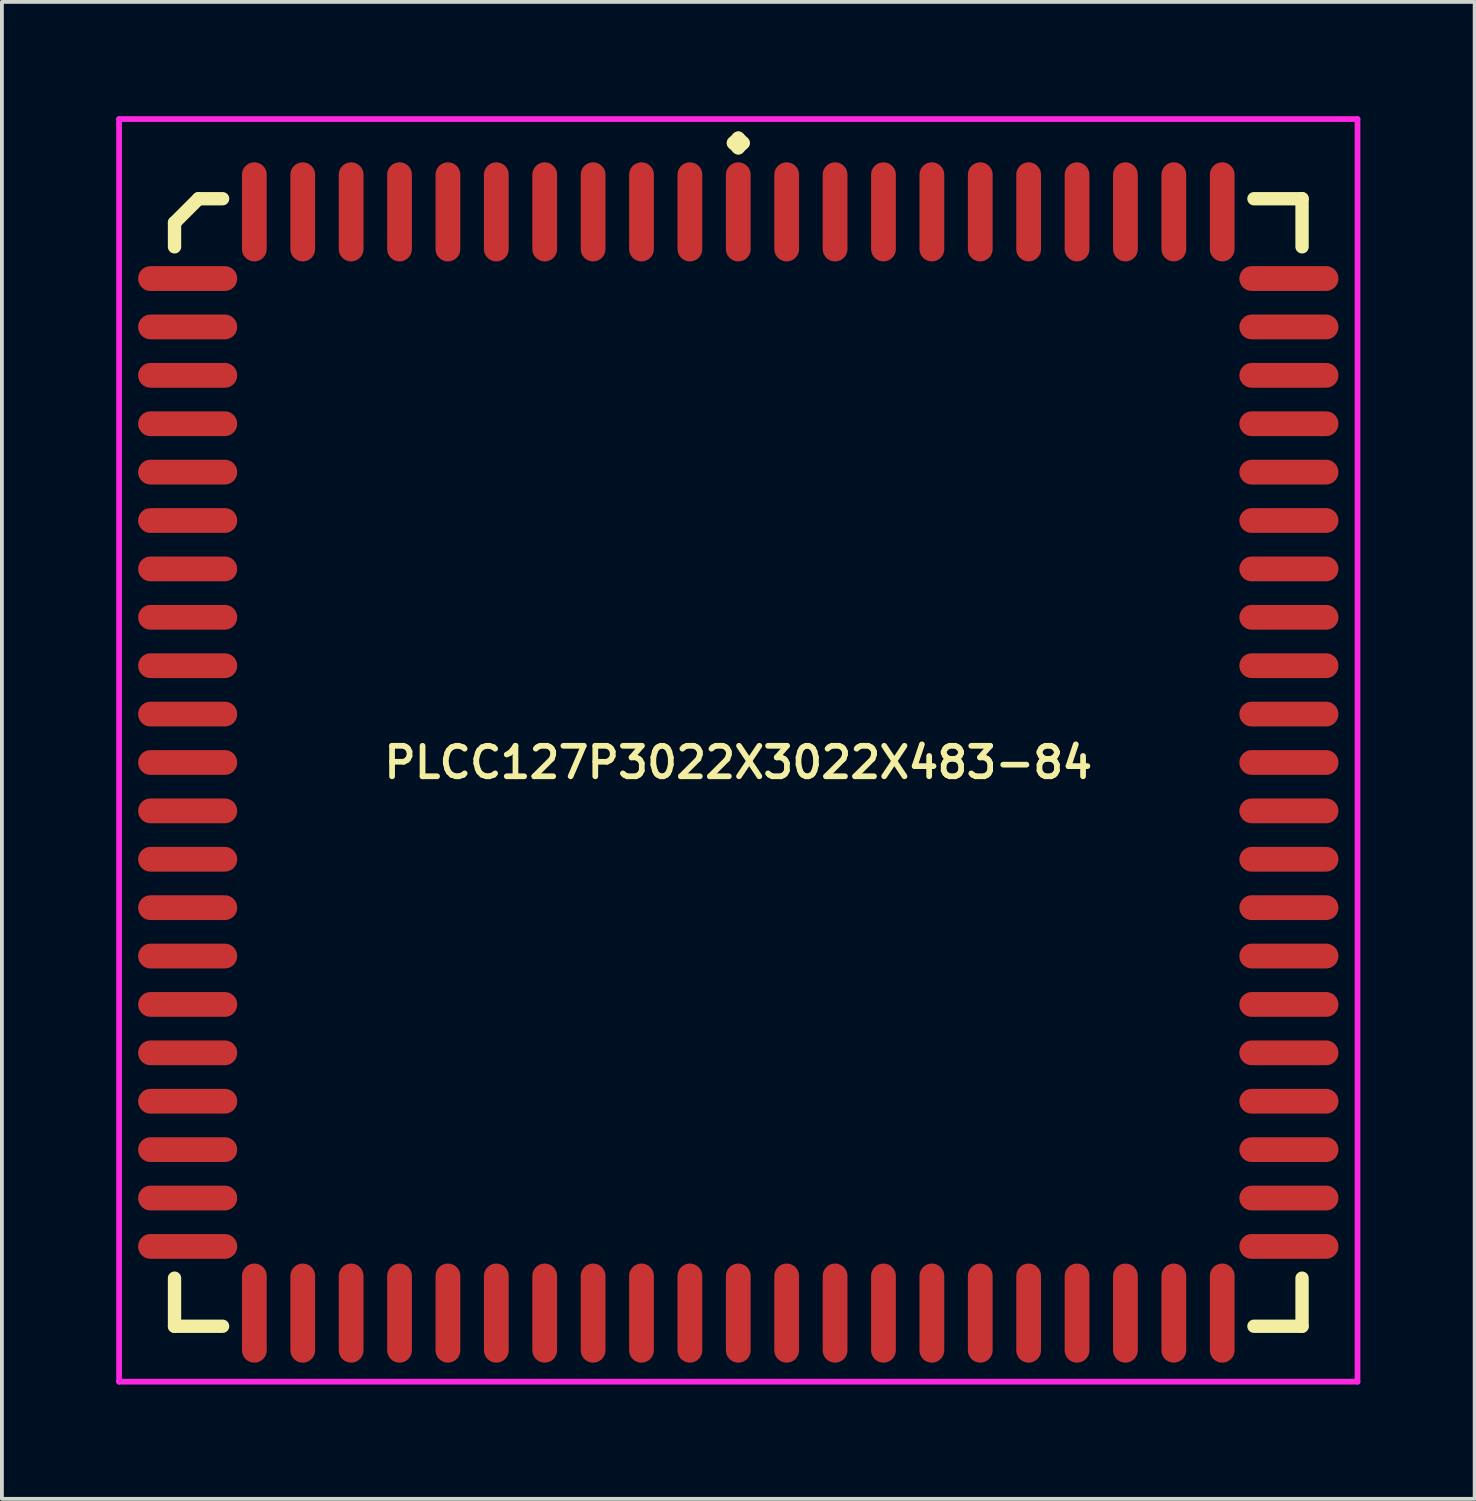
<source format=kicad_pcb>
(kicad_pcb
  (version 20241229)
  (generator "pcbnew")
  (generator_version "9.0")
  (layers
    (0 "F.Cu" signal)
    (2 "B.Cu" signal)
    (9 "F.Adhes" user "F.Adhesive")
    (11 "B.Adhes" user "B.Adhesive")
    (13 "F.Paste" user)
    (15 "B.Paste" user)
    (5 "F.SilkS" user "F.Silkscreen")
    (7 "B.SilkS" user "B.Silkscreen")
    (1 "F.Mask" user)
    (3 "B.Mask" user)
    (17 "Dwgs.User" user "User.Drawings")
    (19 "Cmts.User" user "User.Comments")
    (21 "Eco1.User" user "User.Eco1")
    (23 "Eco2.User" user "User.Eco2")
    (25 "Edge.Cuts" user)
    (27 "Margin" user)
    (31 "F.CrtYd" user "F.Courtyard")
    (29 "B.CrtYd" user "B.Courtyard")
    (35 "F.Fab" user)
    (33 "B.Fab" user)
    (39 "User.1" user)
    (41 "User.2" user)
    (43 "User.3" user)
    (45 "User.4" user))
  (footprint "PLCC127P3022X3022X483-84"
    (layer "F.Cu")
    (at 16.325 16.96)
    (property "Reference" "PLCC127P3022X3022X483-84" (at 0 0 0) (layer "F.SilkS") (effects (font (size 0.8 0.8) (thickness 0.15))))
    (attr smd)
    (fp_line (start -14.795 -14.164) (end -14.164 -14.795) (stroke (width 0.35) (type solid)) (layer "F.SilkS"))
    (fp_line (start -14.795 -13.533) (end -14.795 -14.164) (stroke (width 0.35) (type solid)) (layer "F.SilkS"))
    (fp_line (start -14.795 13.533) (end -14.795 14.795) (stroke (width 0.35) (type solid)) (layer "F.SilkS"))
    (fp_line (start -14.795 14.795) (end -13.533 14.795) (stroke (width 0.35) (type solid)) (layer "F.SilkS"))
    (fp_line (start -14.164 -14.795) (end -13.533 -14.795) (stroke (width 0.35) (type solid)) (layer "F.SilkS"))
    (fp_line (start -0.127 -16.258) (end 0 -16.385) (stroke (width 0.35) (type solid)) (layer "F.SilkS"))
    (fp_line (start 0 -16.385) (end 0.127 -16.258) (stroke (width 0.35) (type solid)) (layer "F.SilkS"))
    (fp_line (start 0 -16.131) (end -0.127 -16.258) (stroke (width 0.35) (type solid)) (layer "F.SilkS"))
    (fp_line (start 0.127 -16.258) (end 0 -16.131) (stroke (width 0.35) (type solid)) (layer "F.SilkS"))
    (fp_line (start 14.795 -14.795) (end 13.533 -14.795) (stroke (width 0.35) (type solid)) (layer "F.SilkS"))
    (fp_line (start 14.795 -13.533) (end 14.795 -14.795) (stroke (width 0.35) (type solid)) (layer "F.SilkS"))
    (fp_line (start 14.795 13.533) (end 14.795 14.795) (stroke (width 0.35) (type solid)) (layer "F.SilkS"))
    (fp_line (start 14.795 14.795) (end 13.533 14.795) (stroke (width 0.35) (type solid)) (layer "F.SilkS"))
    (fp_line (start -16.25 -16.885) (end 16.25 -16.885) (stroke (width 0.15) (type solid)) (layer "F.CrtYd"))
    (fp_line (start -16.25 16.25) (end -16.25 -16.885) (stroke (width 0.15) (type solid)) (layer "F.CrtYd"))
    (fp_line (start 16.25 -16.885) (end 16.25 16.25) (stroke (width 0.15) (type solid)) (layer "F.CrtYd"))
    (fp_line (start 16.25 16.25) (end -16.25 16.25) (stroke (width 0.15) (type solid)) (layer "F.CrtYd"))
    (pad "1" smd oval (at 0 -14.45) (size 0.65 2.6) (layers "F.Cu" "F.Mask" "F.Paste"))
    (pad "2" smd oval (at -1.27 -14.45) (size 0.65 2.6) (layers "F.Cu" "F.Mask" "F.Paste"))
    (pad "3" smd oval (at -2.54 -14.45) (size 0.65 2.6) (layers "F.Cu" "F.Mask" "F.Paste"))
    (pad "4" smd oval (at -3.81 -14.45) (size 0.65 2.6) (layers "F.Cu" "F.Mask" "F.Paste"))
    (pad "5" smd oval (at -5.08 -14.45) (size 0.65 2.6) (layers "F.Cu" "F.Mask" "F.Paste"))
    (pad "6" smd oval (at -6.35 -14.45) (size 0.65 2.6) (layers "F.Cu" "F.Mask" "F.Paste"))
    (pad "7" smd oval (at -7.62 -14.45) (size 0.65 2.6) (layers "F.Cu" "F.Mask" "F.Paste"))
    (pad "8" smd oval (at -8.89 -14.45) (size 0.65 2.6) (layers "F.Cu" "F.Mask" "F.Paste"))
    (pad "9" smd oval (at -10.16 -14.45) (size 0.65 2.6) (layers "F.Cu" "F.Mask" "F.Paste"))
    (pad "10" smd oval (at -11.43 -14.45) (size 0.65 2.6) (layers "F.Cu" "F.Mask" "F.Paste"))
    (pad "11" smd oval (at -12.7 -14.45) (size 0.65 2.6) (layers "F.Cu" "F.Mask" "F.Paste"))
    (pad "12" smd oval (at -14.45 -12.7) (size 2.6 0.65) (layers "F.Cu" "F.Mask" "F.Paste"))
    (pad "13" smd oval (at -14.45 -11.43) (size 2.6 0.65) (layers "F.Cu" "F.Mask" "F.Paste"))
    (pad "14" smd oval (at -14.45 -10.16) (size 2.6 0.65) (layers "F.Cu" "F.Mask" "F.Paste"))
    (pad "15" smd oval (at -14.45 -8.89) (size 2.6 0.65) (layers "F.Cu" "F.Mask" "F.Paste"))
    (pad "16" smd oval (at -14.45 -7.62) (size 2.6 0.65) (layers "F.Cu" "F.Mask" "F.Paste"))
    (pad "17" smd oval (at -14.45 -6.35) (size 2.6 0.65) (layers "F.Cu" "F.Mask" "F.Paste"))
    (pad "18" smd oval (at -14.45 -5.08) (size 2.6 0.65) (layers "F.Cu" "F.Mask" "F.Paste"))
    (pad "19" smd oval (at -14.45 -3.81) (size 2.6 0.65) (layers "F.Cu" "F.Mask" "F.Paste"))
    (pad "20" smd oval (at -14.45 -2.54) (size 2.6 0.65) (layers "F.Cu" "F.Mask" "F.Paste"))
    (pad "21" smd oval (at -14.45 -1.27) (size 2.6 0.65) (layers "F.Cu" "F.Mask" "F.Paste"))
    (pad "22" smd oval (at -14.45 0) (size 2.6 0.65) (layers "F.Cu" "F.Mask" "F.Paste"))
    (pad "23" smd oval (at -14.45 1.27) (size 2.6 0.65) (layers "F.Cu" "F.Mask" "F.Paste"))
    (pad "24" smd oval (at -14.45 2.54) (size 2.6 0.65) (layers "F.Cu" "F.Mask" "F.Paste"))
    (pad "25" smd oval (at -14.45 3.81) (size 2.6 0.65) (layers "F.Cu" "F.Mask" "F.Paste"))
    (pad "26" smd oval (at -14.45 5.08) (size 2.6 0.65) (layers "F.Cu" "F.Mask" "F.Paste"))
    (pad "27" smd oval (at -14.45 6.35) (size 2.6 0.65) (layers "F.Cu" "F.Mask" "F.Paste"))
    (pad "28" smd oval (at -14.45 7.62) (size 2.6 0.65) (layers "F.Cu" "F.Mask" "F.Paste"))
    (pad "29" smd oval (at -14.45 8.89) (size 2.6 0.65) (layers "F.Cu" "F.Mask" "F.Paste"))
    (pad "30" smd oval (at -14.45 10.16) (size 2.6 0.65) (layers "F.Cu" "F.Mask" "F.Paste"))
    (pad "31" smd oval (at -14.45 11.43) (size 2.6 0.65) (layers "F.Cu" "F.Mask" "F.Paste"))
    (pad "32" smd oval (at -14.45 12.7) (size 2.6 0.65) (layers "F.Cu" "F.Mask" "F.Paste"))
    (pad "33" smd oval (at -12.7 14.45) (size 0.65 2.6) (layers "F.Cu" "F.Mask" "F.Paste"))
    (pad "34" smd oval (at -11.43 14.45) (size 0.65 2.6) (layers "F.Cu" "F.Mask" "F.Paste"))
    (pad "35" smd oval (at -10.16 14.45) (size 0.65 2.6) (layers "F.Cu" "F.Mask" "F.Paste"))
    (pad "36" smd oval (at -8.89 14.45) (size 0.65 2.6) (layers "F.Cu" "F.Mask" "F.Paste"))
    (pad "37" smd oval (at -7.62 14.45) (size 0.65 2.6) (layers "F.Cu" "F.Mask" "F.Paste"))
    (pad "38" smd oval (at -6.35 14.45) (size 0.65 2.6) (layers "F.Cu" "F.Mask" "F.Paste"))
    (pad "39" smd oval (at -5.08 14.45) (size 0.65 2.6) (layers "F.Cu" "F.Mask" "F.Paste"))
    (pad "40" smd oval (at -3.81 14.45) (size 0.65 2.6) (layers "F.Cu" "F.Mask" "F.Paste"))
    (pad "41" smd oval (at -2.54 14.45) (size 0.65 2.6) (layers "F.Cu" "F.Mask" "F.Paste"))
    (pad "42" smd oval (at -1.27 14.45) (size 0.65 2.6) (layers "F.Cu" "F.Mask" "F.Paste"))
    (pad "43" smd oval (at 0 14.45) (size 0.65 2.6) (layers "F.Cu" "F.Mask" "F.Paste"))
    (pad "44" smd oval (at 1.27 14.45) (size 0.65 2.6) (layers "F.Cu" "F.Mask" "F.Paste"))
    (pad "45" smd oval (at 2.54 14.45) (size 0.65 2.6) (layers "F.Cu" "F.Mask" "F.Paste"))
    (pad "46" smd oval (at 3.81 14.45) (size 0.65 2.6) (layers "F.Cu" "F.Mask" "F.Paste"))
    (pad "47" smd oval (at 5.08 14.45) (size 0.65 2.6) (layers "F.Cu" "F.Mask" "F.Paste"))
    (pad "48" smd oval (at 6.35 14.45) (size 0.65 2.6) (layers "F.Cu" "F.Mask" "F.Paste"))
    (pad "49" smd oval (at 7.62 14.45) (size 0.65 2.6) (layers "F.Cu" "F.Mask" "F.Paste"))
    (pad "50" smd oval (at 8.89 14.45) (size 0.65 2.6) (layers "F.Cu" "F.Mask" "F.Paste"))
    (pad "51" smd oval (at 10.16 14.45) (size 0.65 2.6) (layers "F.Cu" "F.Mask" "F.Paste"))
    (pad "52" smd oval (at 11.43 14.45) (size 0.65 2.6) (layers "F.Cu" "F.Mask" "F.Paste"))
    (pad "53" smd oval (at 12.7 14.45) (size 0.65 2.6) (layers "F.Cu" "F.Mask" "F.Paste"))
    (pad "54" smd oval (at 14.45 12.7) (size 2.6 0.65) (layers "F.Cu" "F.Mask" "F.Paste"))
    (pad "55" smd oval (at 14.45 11.43) (size 2.6 0.65) (layers "F.Cu" "F.Mask" "F.Paste"))
    (pad "56" smd oval (at 14.45 10.16) (size 2.6 0.65) (layers "F.Cu" "F.Mask" "F.Paste"))
    (pad "57" smd oval (at 14.45 8.89) (size 2.6 0.65) (layers "F.Cu" "F.Mask" "F.Paste"))
    (pad "58" smd oval (at 14.45 7.62) (size 2.6 0.65) (layers "F.Cu" "F.Mask" "F.Paste"))
    (pad "59" smd oval (at 14.45 6.35) (size 2.6 0.65) (layers "F.Cu" "F.Mask" "F.Paste"))
    (pad "60" smd oval (at 14.45 5.08) (size 2.6 0.65) (layers "F.Cu" "F.Mask" "F.Paste"))
    (pad "61" smd oval (at 14.45 3.81) (size 2.6 0.65) (layers "F.Cu" "F.Mask" "F.Paste"))
    (pad "62" smd oval (at 14.45 2.54) (size 2.6 0.65) (layers "F.Cu" "F.Mask" "F.Paste"))
    (pad "63" smd oval (at 14.45 1.27) (size 2.6 0.65) (layers "F.Cu" "F.Mask" "F.Paste"))
    (pad "64" smd oval (at 14.45 0) (size 2.6 0.65) (layers "F.Cu" "F.Mask" "F.Paste"))
    (pad "65" smd oval (at 14.45 -1.27) (size 2.6 0.65) (layers "F.Cu" "F.Mask" "F.Paste"))
    (pad "66" smd oval (at 14.45 -2.54) (size 2.6 0.65) (layers "F.Cu" "F.Mask" "F.Paste"))
    (pad "67" smd oval (at 14.45 -3.81) (size 2.6 0.65) (layers "F.Cu" "F.Mask" "F.Paste"))
    (pad "68" smd oval (at 14.45 -5.08) (size 2.6 0.65) (layers "F.Cu" "F.Mask" "F.Paste"))
    (pad "69" smd oval (at 14.45 -6.35) (size 2.6 0.65) (layers "F.Cu" "F.Mask" "F.Paste"))
    (pad "70" smd oval (at 14.45 -7.62) (size 2.6 0.65) (layers "F.Cu" "F.Mask" "F.Paste"))
    (pad "71" smd oval (at 14.45 -8.89) (size 2.6 0.65) (layers "F.Cu" "F.Mask" "F.Paste"))
    (pad "72" smd oval (at 14.45 -10.16) (size 2.6 0.65) (layers "F.Cu" "F.Mask" "F.Paste"))
    (pad "73" smd oval (at 14.45 -11.43) (size 2.6 0.65) (layers "F.Cu" "F.Mask" "F.Paste"))
    (pad "74" smd oval (at 14.45 -12.7) (size 2.6 0.65) (layers "F.Cu" "F.Mask" "F.Paste"))
    (pad "75" smd oval (at 12.7 -14.45) (size 0.65 2.6) (layers "F.Cu" "F.Mask" "F.Paste"))
    (pad "76" smd oval (at 11.43 -14.45) (size 0.65 2.6) (layers "F.Cu" "F.Mask" "F.Paste"))
    (pad "77" smd oval (at 10.16 -14.45) (size 0.65 2.6) (layers "F.Cu" "F.Mask" "F.Paste"))
    (pad "78" smd oval (at 8.89 -14.45) (size 0.65 2.6) (layers "F.Cu" "F.Mask" "F.Paste"))
    (pad "79" smd oval (at 7.62 -14.45) (size 0.65 2.6) (layers "F.Cu" "F.Mask" "F.Paste"))
    (pad "80" smd oval (at 6.35 -14.45) (size 0.65 2.6) (layers "F.Cu" "F.Mask" "F.Paste"))
    (pad "81" smd oval (at 5.08 -14.45) (size 0.65 2.6) (layers "F.Cu" "F.Mask" "F.Paste"))
    (pad "82" smd oval (at 3.81 -14.45) (size 0.65 2.6) (layers "F.Cu" "F.Mask" "F.Paste"))
    (pad "83" smd oval (at 2.54 -14.45) (size 0.65 2.6) (layers "F.Cu" "F.Mask" "F.Paste"))
    (pad "84" smd oval (at 1.27 -14.45) (size 0.65 2.6) (layers "F.Cu" "F.Mask" "F.Paste")))
  (gr_rect
    (start -3 -3)
    (end 35.65 36.285)
    (stroke (width 0.1) (type default))
    (fill no)
    (layer "Edge.Cuts")))
</source>
